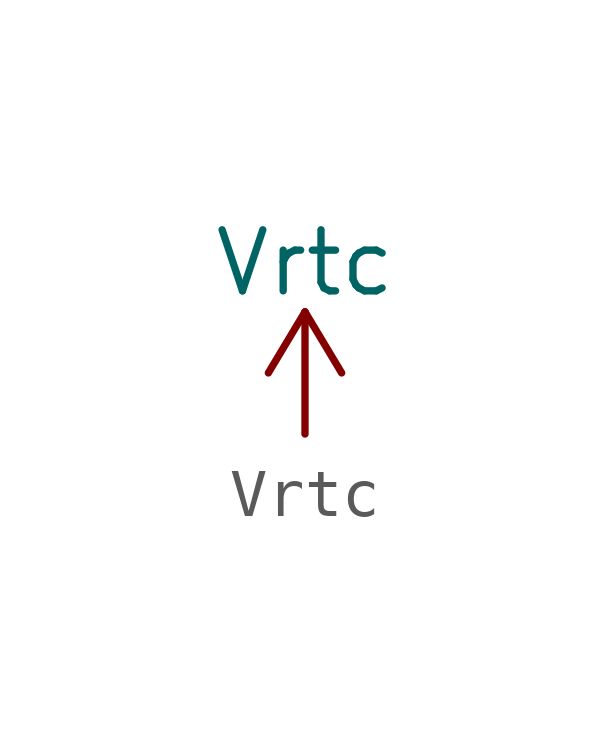
<source format=kicad_sym>
(kicad_symbol_lib
  (version 20211014)
  (generator kicad_symbol_editor)
  (symbol "Vrtc"
    (power)
    (pin_names
      (offset 0))
    (property "Reference" "#PWR"
      (at 0 -3.81 0)
      (effects (font (size 1.27 1.27)) hide))
    (property "Value" "Vrtc"
      (at 0 3.556 0)
      (effects (font (size 1.27 1.27))))
    (symbol "Vrtc_0_1"
      (polyline (pts (xy -0.762 1.27) (xy 0 2.54)) (stroke (width 0) (type default) (color 0 0 0 0)) (fill (type none)))
      (polyline (pts (xy 0 0) (xy 0 2.54)) (stroke (width 0) (type default) (color 0 0 0 0)) (fill (type none)))
      (polyline (pts (xy 0 2.54) (xy 0.762 1.27)) (stroke (width 0) (type default) (color 0 0 0 0)) (fill (type none))))
    (symbol "Vrtc_1_1"
      (pin free line (at 0 0 90) (length 0) hide (name "Vrtc" (effects (font (size 1.27 1.27)))) (number "1" (effects (font (size 1.27 1.27))))))))
</source>
